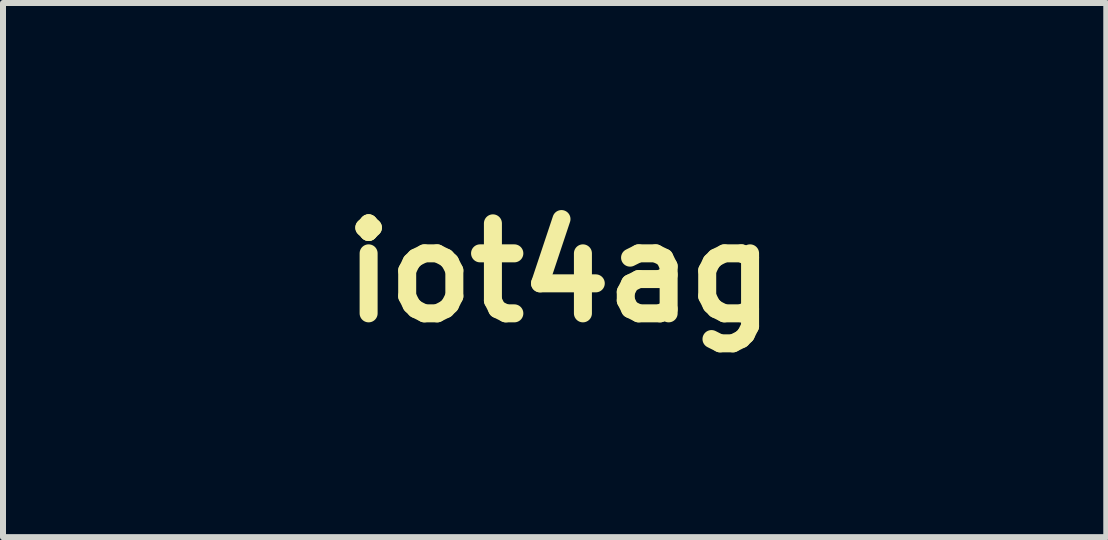
<source format=kicad_pcb>
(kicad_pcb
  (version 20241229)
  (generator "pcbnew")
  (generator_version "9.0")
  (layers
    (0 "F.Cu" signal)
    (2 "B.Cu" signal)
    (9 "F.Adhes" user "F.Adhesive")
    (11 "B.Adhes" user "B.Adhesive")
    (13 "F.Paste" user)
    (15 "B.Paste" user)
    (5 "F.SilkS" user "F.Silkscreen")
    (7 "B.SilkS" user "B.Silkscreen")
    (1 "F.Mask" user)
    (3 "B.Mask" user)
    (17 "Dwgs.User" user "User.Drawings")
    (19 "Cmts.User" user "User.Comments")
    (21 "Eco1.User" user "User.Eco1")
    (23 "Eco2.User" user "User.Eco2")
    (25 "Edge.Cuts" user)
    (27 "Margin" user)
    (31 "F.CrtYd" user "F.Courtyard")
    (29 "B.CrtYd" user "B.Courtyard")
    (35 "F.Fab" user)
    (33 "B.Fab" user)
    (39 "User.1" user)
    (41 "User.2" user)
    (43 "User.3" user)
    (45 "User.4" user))
  (footprint "iot4ag"
    (layer "F.Cu")
    (at 6.272 1.494)
    (property "Reference" "iot4ag" (at 0 0 0) (layer "F.SilkS") (effects (font (size 1.5 1.5) (thickness 0.3))))
    (attr board_only exclude_from_pos_files exclude_from_bom)
    (fp_poly (pts (xy -3.314 -0.363) (xy -3.314 0.768) (xy -3.541 0.768) (xy -3.769 0.768) (xy -3.769 -0.363) (xy -3.769 -1.493) (xy -3.541 -1.493) (xy -3.314 -1.493)) (stroke (width 0) (type solid)) (fill yes) (layer "F.Mask"))
    (fp_poly (pts (xy 0.341 -1.294) (xy 0.341 -1.095) (xy -0.007 -1.095) (xy -0.356 -1.095) (xy -0.356 -0.164) (xy -0.356 0.768) (xy -0.583 0.768) (xy -0.811 0.768) (xy -0.811 -0.164) (xy -0.811 -1.095) (xy -1.159 -1.095) (xy -1.508 -1.095) (xy -1.508 -1.294) (xy -1.508 -1.493) (xy -0.583 -1.493) (xy 0.341 -1.493)) (stroke (width 0) (type solid)) (fill yes) (layer "F.Mask"))
    (fp_poly (pts (xy 1.095 -1.493) (xy 1.159 -1.492) (xy 1.207 -1.491) (xy 1.233 -1.49) (xy 1.237 -1.489) (xy 1.231 -1.476) (xy 1.212 -1.44) (xy 1.183 -1.384) (xy 1.143 -1.31) (xy 1.096 -1.22) (xy 1.041 -1.116) (xy 0.98 -1.001) (xy 0.914 -0.878) (xy 0.883 -0.821) (xy 0.529 -0.156) (xy 0.833 -0.156) (xy 1.138 -0.156) (xy 1.138 -0.412) (xy 1.138 -0.668) (xy 1.344 -0.668) (xy 1.55 -0.668) (xy 1.55 -0.412) (xy 1.55 -0.156) (xy 1.707 -0.156) (xy 1.863 -0.156) (xy 1.863 0.036) (xy 1.863 0.228) (xy 1.707 0.228) (xy 1.55 0.228) (xy 1.55 0.498) (xy 1.55 0.768) (xy 1.344 0.768) (xy 1.138 0.768) (xy 1.138 0.498) (xy 1.138 0.228) (xy 0.597 0.228) (xy 0.057 0.228) (xy 0.057 0.062) (xy 0.057 -0.104) (xy 0.43 -0.799) (xy 0.804 -1.493) (xy 1.02 -1.493)) (stroke (width 0) (type solid)) (fill yes) (layer "F.Mask"))
    (fp_poly (pts (xy -1.974 -0.967) (xy -1.815 -0.938) (xy -1.674 -0.888) (xy -1.546 -0.816) (xy -1.545 -0.815) (xy -1.437 -0.725) (xy -1.348 -0.616) (xy -1.279 -0.492) (xy -1.23 -0.357) (xy -1.202 -0.213) (xy -1.197 -0.065) (xy -1.214 0.084) (xy -1.255 0.231) (xy -1.296 0.325) (xy -1.372 0.45) (xy -1.471 0.558) (xy -1.588 0.647) (xy -1.72 0.715) (xy -1.865 0.76) (xy -1.87 0.761) (xy -1.955 0.773) (xy -2.056 0.779) (xy -2.163 0.779) (xy -2.265 0.774) (xy -2.352 0.762) (xy -2.361 0.76) (xy -2.418 0.744) (xy -2.487 0.719) (xy -2.556 0.689) (xy -2.572 0.681) (xy -2.7 0.603) (xy -2.808 0.505) (xy -2.896 0.388) (xy -2.962 0.255) (xy -3.005 0.106) (xy -3.024 -0.036) (xy -3.024 -0.083) (xy -2.586 -0.083) (xy -2.573 0.029) (xy -2.539 0.136) (xy -2.483 0.233) (xy -2.433 0.291) (xy -2.354 0.349) (xy -2.258 0.389) (xy -2.154 0.41) (xy -2.046 0.41) (xy -1.942 0.388) (xy -1.928 0.383) (xy -1.839 0.335) (xy -1.762 0.265) (xy -1.7 0.178) (xy -1.656 0.079) (xy -1.637 -0.013) (xy -1.634 -0.141) (xy -1.654 -0.258) (xy -1.695 -0.362) (xy -1.756 -0.45) (xy -1.833 -0.521) (xy -1.925 -0.571) (xy -2.031 -0.599) (xy -2.098 -0.603) (xy -2.21 -0.594) (xy -2.307 -0.562) (xy -2.395 -0.507) (xy -2.419 -0.486) (xy -2.493 -0.402) (xy -2.546 -0.303) (xy -2.576 -0.195) (xy -2.586 -0.083) (xy -3.024 -0.083) (xy -3.022 -0.199) (xy -2.995 -0.351) (xy -2.945 -0.489) (xy -2.873 -0.614) (xy -2.781 -0.722) (xy -2.671 -0.813) (xy -2.544 -0.885) (xy -2.402 -0.937) (xy -2.247 -0.967) (xy -2.079 -0.974)) (stroke (width 0) (type solid)) (fill yes) (layer "F.Mask"))
    (fp_poly (pts (xy 3.795 -0.371) (xy 3.868 -0.202) (xy 3.938 -0.041) (xy 4.003 0.111) (xy 4.064 0.252) (xy 4.119 0.379) (xy 4.167 0.492) (xy 4.208 0.587) (xy 4.24 0.663) (xy 4.264 0.719) (xy 4.277 0.751) (xy 4.281 0.76) (xy 4.267 0.763) (xy 4.23 0.765) (xy 4.174 0.767) (xy 4.103 0.768) (xy 4.043 0.768) (xy 3.804 0.768) (xy 3.705 0.526) (xy 3.606 0.284) (xy 3.063 0.284) (xy 2.52 0.284) (xy 2.432 0.494) (xy 2.401 0.568) (xy 2.373 0.635) (xy 2.35 0.689) (xy 2.335 0.725) (xy 2.331 0.736) (xy 2.326 0.748) (xy 2.317 0.756) (xy 2.3 0.762) (xy 2.271 0.766) (xy 2.226 0.767) (xy 2.161 0.768) (xy 2.089 0.768) (xy 1.86 0.768) (xy 1.868 0.736) (xy 1.875 0.718) (xy 1.893 0.677) (xy 1.92 0.613) (xy 1.956 0.529) (xy 2.001 0.427) (xy 2.052 0.309) (xy 2.11 0.177) (xy 2.174 0.032) (xy 2.232 -0.1) (xy 2.688 -0.1) (xy 3.066 -0.1) (xy 3.18 -0.1) (xy 3.268 -0.1) (xy 3.334 -0.101) (xy 3.38 -0.103) (xy 3.411 -0.106) (xy 3.428 -0.109) (xy 3.436 -0.115) (xy 3.437 -0.122) (xy 3.436 -0.124) (xy 3.423 -0.158) (xy 3.402 -0.211) (xy 3.374 -0.279) (xy 3.341 -0.36) (xy 3.305 -0.448) (xy 3.266 -0.54) (xy 3.227 -0.633) (xy 3.19 -0.723) (xy 3.155 -0.805) (xy 3.124 -0.878) (xy 3.099 -0.936) (xy 3.081 -0.976) (xy 3.073 -0.994) (xy 3.072 -0.995) (xy 3.065 -0.983) (xy 3.049 -0.947) (xy 3.024 -0.892) (xy 2.992 -0.819) (xy 2.955 -0.734) (xy 2.914 -0.638) (xy 2.87 -0.534) (xy 2.824 -0.427) (xy 2.779 -0.319) (xy 2.735 -0.213) (xy 2.71 -0.153) (xy 2.688 -0.1) (xy 2.232 -0.1) (xy 2.242 -0.123) (xy 2.313 -0.286) (xy 2.36 -0.391) (xy 2.843 -1.486) (xy 3.076 -1.49) (xy 3.31 -1.494)) (stroke (width 0) (type solid)) (fill yes) (layer "F.Mask"))
    (fp_poly (pts (xy -5.587 0.839) (xy -5.473 0.84) (xy -5.371 0.841) (xy -5.285 0.843) (xy -5.218 0.845) (xy -5.172 0.847) (xy -5.15 0.849) (xy -5.149 0.85) (xy -5.157 0.868) (xy -5.174 0.893) (xy -5.199 0.926) (xy -5.303 0.901) (xy -5.357 0.888) (xy -5.39 0.884) (xy -5.409 0.887) (xy -5.419 0.896) (xy -5.422 0.923) (xy -5.404 0.945) (xy -5.378 0.953) (xy -5.349 0.957) (xy -5.309 0.966) (xy -5.3 0.968) (xy -5.246 0.983) (xy -5.318 1.066) (xy -5.353 1.108) (xy -5.378 1.145) (xy -5.39 1.168) (xy -5.39 1.17) (xy -5.38 1.195) (xy -5.356 1.201) (xy -5.323 1.188) (xy -5.305 1.174) (xy -5.279 1.15) (xy -5.261 1.138) (xy -5.26 1.138) (xy -5.252 1.15) (xy -5.24 1.181) (xy -5.235 1.194) (xy -5.217 1.241) (xy -5.198 1.261) (xy -5.175 1.256) (xy -5.17 1.252) (xy -5.161 1.239) (xy -5.16 1.217) (xy -5.17 1.18) (xy -5.179 1.152) (xy -5.194 1.105) (xy -5.2 1.076) (xy -5.197 1.056) (xy -5.185 1.036) (xy -5.179 1.028) (xy -5.15 0.991) (xy -5.121 0.961) (xy -5.104 0.947) (xy -5.09 0.944) (xy -5.071 0.954) (xy -5.043 0.981) (xy -5.021 1.002) (xy -4.952 1.07) (xy -4.986 1.161) (xy -5.008 1.223) (xy -5.018 1.263) (xy -5.017 1.285) (xy -5.003 1.292) (xy -4.989 1.292) (xy -4.969 1.282) (xy -4.951 1.255) (xy -4.932 1.206) (xy -4.931 1.204) (xy -4.903 1.12) (xy -4.798 1.225) (xy -4.751 1.271) (xy -4.719 1.3) (xy -4.698 1.314) (xy -4.684 1.315) (xy -4.672 1.308) (xy -4.669 1.304) (xy -4.659 1.292) (xy -4.658 1.279) (xy -4.668 1.26) (xy -4.693 1.232) (xy -4.734 1.189) (xy -4.747 1.176) (xy -4.79 1.133) (xy -4.824 1.096) (xy -4.845 1.072) (xy -4.85 1.065) (xy -4.838 1.056) (xy -4.806 1.039) (xy -4.761 1.019) (xy -4.757 1.017) (xy -4.702 0.99) (xy -4.671 0.965) (xy -4.665 0.945) (xy -4.684 0.931) (xy -4.705 0.933) (xy -4.744 0.944) (xy -4.793 0.964) (xy -4.8 0.967) (xy -4.847 0.987) (xy -4.885 1.002) (xy -4.904 1.007) (xy -4.905 1.007) (xy -4.918 0.995) (xy -4.945 0.968) (xy -4.981 0.931) (xy -4.99 0.921) (xy -5.067 0.839) (xy -4.539 0.839) (xy -4.011 0.839) (xy -4.011 1.124) (xy -4.011 1.408) (xy -5.141 1.408) (xy -6.272 1.408) (xy -6.272 1.124) (xy -6.272 0.839) (xy -5.71 0.839)) (stroke (width 0) (type solid)) (fill yes) (layer "F.Mask"))
    (fp_poly (pts (xy 5.326 -0.955) (xy 5.453 -0.912) (xy 5.565 -0.846) (xy 5.617 -0.803) (xy 5.689 -0.736) (xy 5.689 -0.851) (xy 5.689 -0.967) (xy 5.902 -0.967) (xy 6.115 -0.967) (xy 6.115 -0.112) (xy 6.115 0.075) (xy 6.115 0.236) (xy 6.114 0.373) (xy 6.113 0.489) (xy 6.111 0.586) (xy 6.108 0.666) (xy 6.104 0.732) (xy 6.099 0.787) (xy 6.092 0.832) (xy 6.083 0.869) (xy 6.073 0.902) (xy 6.06 0.933) (xy 6.045 0.964) (xy 6.028 0.997) (xy 6.027 0.998) (xy 5.955 1.105) (xy 5.861 1.197) (xy 5.747 1.274) (xy 5.618 1.335) (xy 5.476 1.378) (xy 5.324 1.402) (xy 5.165 1.407) (xy 5.004 1.39) (xy 4.985 1.387) (xy 4.882 1.363) (xy 4.777 1.331) (xy 4.677 1.292) (xy 4.589 1.25) (xy 4.521 1.207) (xy 4.51 1.199) (xy 4.476 1.171) (xy 4.558 1.023) (xy 4.591 0.965) (xy 4.618 0.917) (xy 4.637 0.883) (xy 4.645 0.87) (xy 4.658 0.874) (xy 4.689 0.89) (xy 4.73 0.914) (xy 4.732 0.915) (xy 4.856 0.978) (xy 4.984 1.021) (xy 5.113 1.043) (xy 5.237 1.044) (xy 5.355 1.025) (xy 5.461 0.986) (xy 5.552 0.926) (xy 5.578 0.902) (xy 5.632 0.833) (xy 5.667 0.749) (xy 5.685 0.648) (xy 5.689 0.569) (xy 5.689 0.442) (xy 5.626 0.504) (xy 5.531 0.58) (xy 5.421 0.635) (xy 5.3 0.669) (xy 5.173 0.683) (xy 5.043 0.677) (xy 4.916 0.65) (xy 4.795 0.604) (xy 4.685 0.537) (xy 4.62 0.482) (xy 4.541 0.391) (xy 4.479 0.291) (xy 4.43 0.171) (xy 4.427 0.164) (xy 4.412 0.113) (xy 4.401 0.068) (xy 4.394 0.021) (xy 4.391 -0.036) (xy 4.389 -0.104) (xy 4.79 -0.104) (xy 4.809 0.008) (xy 4.849 0.107) (xy 4.908 0.191) (xy 4.983 0.257) (xy 5.072 0.305) (xy 5.172 0.331) (xy 5.28 0.333) (xy 5.395 0.309) (xy 5.406 0.305) (xy 5.494 0.261) (xy 5.569 0.191) (xy 5.63 0.098) (xy 5.635 0.089) (xy 5.657 0.042) (xy 5.67 0.004) (xy 5.678 -0.035) (xy 5.681 -0.085) (xy 5.682 -0.149) (xy 5.681 -0.219) (xy 5.677 -0.27) (xy 5.668 -0.311) (xy 5.654 -0.35) (xy 5.644 -0.371) (xy 5.584 -0.469) (xy 5.507 -0.545) (xy 5.414 -0.597) (xy 5.307 -0.624) (xy 5.239 -0.629) (xy 5.126 -0.616) (xy 5.026 -0.579) (xy 4.94 -0.519) (xy 4.872 -0.438) (xy 4.822 -0.34) (xy 4.795 -0.226) (xy 4.79 -0.104) (xy 4.389 -0.104) (xy 4.389 -0.111) (xy 4.389 -0.149) (xy 4.389 -0.232) (xy 4.391 -0.293) (xy 4.395 -0.341) (xy 4.403 -0.383) (xy 4.415 -0.425) (xy 4.427 -0.459) (xy 4.489 -0.601) (xy 4.569 -0.72) (xy 4.666 -0.817) (xy 4.779 -0.891) (xy 4.91 -0.942) (xy 5.044 -0.969) (xy 5.189 -0.974)) (stroke (width 0) (type solid)) (fill yes) (layer "F.Mask"))
    (fp_poly (pts (xy -4.025 -0.363) (xy -4.025 0.768) (xy -4.544 0.768) (xy -5.063 0.768) (xy -5.063 0.555) (xy -5.063 0.342) (xy -4.85 0.24) (xy -4.636 0.138) (xy -4.636 0.048) (xy -4.636 -0.043) (xy -4.587 -0.043) (xy -4.537 -0.043) (xy -4.537 -0.178) (xy -4.537 -0.313) (xy -4.672 -0.313) (xy -4.807 -0.313) (xy -4.807 -0.178) (xy -4.807 -0.043) (xy -4.764 -0.043) (xy -4.738 -0.041) (xy -4.726 -0.03) (xy -4.722 -0.003) (xy -4.722 0.021) (xy -4.722 0.085) (xy -4.892 0.171) (xy -5.063 0.256) (xy -5.063 0.003) (xy -5.063 -0.088) (xy -5.062 -0.155) (xy -5.06 -0.202) (xy -5.057 -0.234) (xy -5.051 -0.254) (xy -5.043 -0.268) (xy -5.031 -0.28) (xy -5.031 -0.28) (xy -4.986 -0.314) (xy -4.93 -0.341) (xy -4.855 -0.365) (xy -4.811 -0.376) (xy -4.705 -0.411) (xy -4.62 -0.459) (xy -4.555 -0.525) (xy -4.504 -0.612) (xy -4.48 -0.673) (xy -4.46 -0.735) (xy -4.452 -0.776) (xy -4.457 -0.8) (xy -4.476 -0.809) (xy -4.491 -0.811) (xy -4.539 -0.805) (xy -4.602 -0.789) (xy -4.67 -0.767) (xy -4.731 -0.742) (xy -4.743 -0.736) (xy -4.814 -0.687) (xy -4.887 -0.616) (xy -4.956 -0.528) (xy -5.017 -0.427) (xy -5.024 -0.415) (xy -5.052 -0.357) (xy -5.075 -0.306) (xy -5.088 -0.269) (xy -5.091 -0.255) (xy -5.1 -0.233) (xy -5.112 -0.228) (xy -5.127 -0.237) (xy -5.125 -0.248) (xy -5.127 -0.272) (xy -5.142 -0.315) (xy -5.166 -0.369) (xy -5.196 -0.429) (xy -5.23 -0.488) (xy -5.265 -0.542) (xy -5.274 -0.555) (xy -5.336 -0.624) (xy -5.219 -0.624) (xy -5.208 -0.591) (xy -5.18 -0.557) (xy -5.145 -0.533) (xy -5.12 -0.526) (xy -5.09 -0.536) (xy -5.057 -0.559) (xy -5.055 -0.561) (xy -5.026 -0.603) (xy -5.025 -0.645) (xy -5.046 -0.683) (xy -5.083 -0.71) (xy -5.127 -0.715) (xy -5.17 -0.702) (xy -5.203 -0.673) (xy -5.219 -0.632) (xy -5.219 -0.624) (xy -5.336 -0.624) (xy -5.347 -0.636) (xy -5.434 -0.705) (xy -5.528 -0.76) (xy -5.624 -0.796) (xy -5.714 -0.811) (xy -5.72 -0.811) (xy -5.747 -0.809) (xy -5.758 -0.8) (xy -5.757 -0.774) (xy -5.754 -0.75) (xy -5.735 -0.678) (xy -5.704 -0.604) (xy -5.666 -0.536) (xy -5.625 -0.486) (xy -5.621 -0.482) (xy -5.582 -0.451) (xy -5.54 -0.427) (xy -5.489 -0.405) (xy -5.422 -0.384) (xy -5.363 -0.368) (xy -5.281 -0.342) (xy -5.222 -0.314) (xy -5.202 -0.3) (xy -5.16 -0.262) (xy -5.162 0.085) (xy -5.163 0.182) (xy -5.164 0.268) (xy -5.165 0.341) (xy -5.167 0.397) (xy -5.169 0.43) (xy -5.17 0.439) (xy -5.185 0.436) (xy -5.22 0.422) (xy -5.271 0.401) (xy -5.332 0.374) (xy -5.34 0.37) (xy -5.504 0.294) (xy -5.504 0.205) (xy -5.502 0.155) (xy -5.496 0.121) (xy -5.48 0.095) (xy -5.454 0.067) (xy -5.415 0.014) (xy -5.404 -0.042) (xy -5.421 -0.104) (xy -5.426 -0.114) (xy -5.46 -0.156) (xy -5.509 -0.187) (xy -5.561 -0.199) (xy -5.561 -0.199) (xy -5.615 -0.186) (xy -5.664 -0.152) (xy -5.7 -0.104) (xy -5.717 -0.05) (xy -5.717 -0.043) (xy -5.705 0.009) (xy -5.674 0.058) (xy -5.632 0.093) (xy -5.611 0.104) (xy -5.598 0.118) (xy -5.592 0.141) (xy -5.589 0.179) (xy -5.589 0.232) (xy -5.589 0.349) (xy -5.376 0.446) (xy -5.162 0.544) (xy -5.162 0.656) (xy -5.162 0.768) (xy -5.717 0.768) (xy -6.272 0.768) (xy -6.272 -0.363) (xy -6.272 -0.834) (xy -5.362 -0.834) (xy -5.353 -0.814) (xy -5.331 -0.787) (xy -5.301 -0.755) (xy -5.259 -0.787) (xy -5.228 -0.805) (xy -5.191 -0.814) (xy -5.137 -0.818) (xy -5.12 -0.818) (xy -5.06 -0.816) (xy -5.019 -0.808) (xy -4.988 -0.792) (xy -4.982 -0.788) (xy -4.941 -0.757) (xy -4.902 -0.791) (xy -4.878 -0.817) (xy -4.87 -0.837) (xy -4.871 -0.839) (xy -4.888 -0.853) (xy -4.922 -0.874) (xy -4.954 -0.892) (xy -5.047 -0.925) (xy -5.144 -0.931) (xy -5.239 -0.911) (xy -5.287 -0.889) (xy -5.327 -0.866) (xy -5.354 -0.845) (xy -5.362 -0.834) (xy -6.272 -0.834) (xy -6.272 -0.949) (xy -5.548 -0.949) (xy -5.516 -0.916) (xy -5.493 -0.892) (xy -5.479 -0.882) (xy -5.479 -0.882) (xy -5.465 -0.889) (xy -5.436 -0.908) (xy -5.414 -0.923) (xy -5.316 -0.974) (xy -5.209 -1.003) (xy -5.097 -1.011) (xy -4.987 -0.997) (xy -4.884 -0.961) (xy -4.812 -0.917) (xy -4.762 -0.879) (xy -4.728 -0.911) (xy -4.704 -0.937) (xy -4.693 -0.955) (xy -4.693 -0.956) (xy -4.705 -0.973) (xy -4.737 -0.997) (xy -4.783 -1.025) (xy -4.837 -1.054) (xy -4.892 -1.079) (xy -4.942 -1.098) (xy -4.955 -1.102) (xy -5.068 -1.121) (xy -5.184 -1.119) (xy -5.298 -1.097) (xy -5.401 -1.058) (xy -5.487 -1.001) (xy -5.488 -1.001) (xy -5.548 -0.949) (xy -6.272 -0.949) (xy -6.272 -1.493) (xy -5.148 -1.493) (xy -4.025 -1.493)) (stroke (width 0) (type solid)) (fill yes) (layer "F.Mask")))
  (gr_rect
    (start -3 -3)
    (end 15.387 5.902)
    (stroke (width 0.1) (type default))
    (fill no)
    (layer "Edge.Cuts")))
</source>
